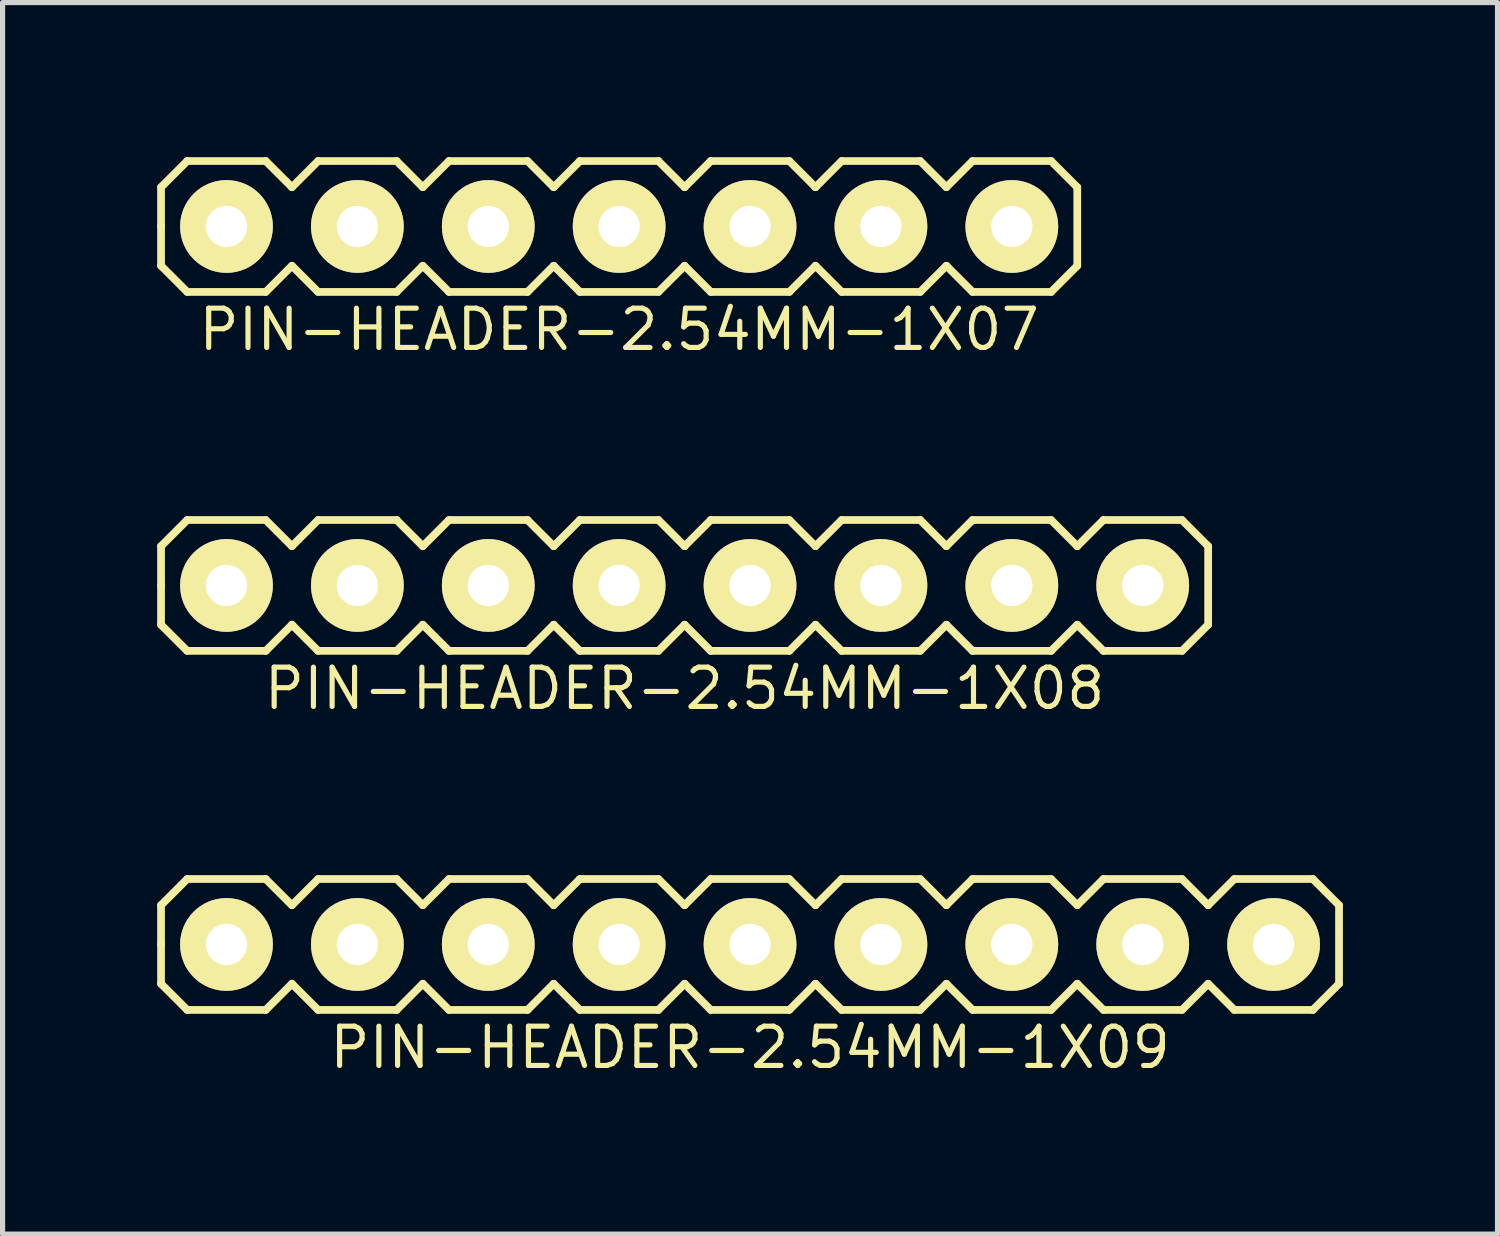
<source format=kicad_pcb>
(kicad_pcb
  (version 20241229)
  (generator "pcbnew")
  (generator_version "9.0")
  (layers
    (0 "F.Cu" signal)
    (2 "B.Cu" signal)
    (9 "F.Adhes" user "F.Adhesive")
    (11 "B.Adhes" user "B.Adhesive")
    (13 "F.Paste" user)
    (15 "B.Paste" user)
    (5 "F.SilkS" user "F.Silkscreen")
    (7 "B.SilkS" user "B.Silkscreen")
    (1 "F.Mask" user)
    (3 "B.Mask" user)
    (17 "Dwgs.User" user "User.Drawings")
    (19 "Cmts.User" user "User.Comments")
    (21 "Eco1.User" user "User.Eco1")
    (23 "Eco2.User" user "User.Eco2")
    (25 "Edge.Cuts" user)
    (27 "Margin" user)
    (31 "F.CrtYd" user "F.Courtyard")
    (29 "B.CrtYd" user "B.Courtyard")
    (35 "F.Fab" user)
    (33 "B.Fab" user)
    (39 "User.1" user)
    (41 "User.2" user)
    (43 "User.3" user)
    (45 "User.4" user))
  (footprint "PIN-HEADER-2.54MM-1X09"
    (layer "F.Cu")
    (at 11.505 15.278)
    (property "Reference" "PIN-HEADER-2.54MM-1X09" (at 0 2 0) (layer "F.SilkS") (effects (font (size 0.762 0.762) (thickness 0.1))))
    (attr through_hole)
    (fp_line (start -11.43 -0.762) (end -10.922 -1.27) (stroke (width 0.15) (type solid)) (layer "F.SilkS"))
    (fp_line (start -11.43 0) (end -11.43 -0.762) (stroke (width 0.15) (type solid)) (layer "F.SilkS"))
    (fp_line (start -11.43 0.762) (end -11.43 0) (stroke (width 0.15) (type solid)) (layer "F.SilkS"))
    (fp_line (start -10.922 -1.27) (end -9.398 -1.27) (stroke (width 0.15) (type solid)) (layer "F.SilkS"))
    (fp_line (start -10.922 1.27) (end -11.43 0.762) (stroke (width 0.15) (type solid)) (layer "F.SilkS"))
    (fp_line (start -9.398 -1.27) (end -8.89 -0.762) (stroke (width 0.15) (type solid)) (layer "F.SilkS"))
    (fp_line (start -9.398 1.27) (end -10.922 1.27) (stroke (width 0.15) (type solid)) (layer "F.SilkS"))
    (fp_line (start -8.89 -0.762) (end -8.382 -1.27) (stroke (width 0.15) (type solid)) (layer "F.SilkS"))
    (fp_line (start -8.89 0.762) (end -9.398 1.27) (stroke (width 0.15) (type solid)) (layer "F.SilkS"))
    (fp_line (start -8.382 -1.27) (end -6.858 -1.27) (stroke (width 0.15) (type solid)) (layer "F.SilkS"))
    (fp_line (start -8.382 1.27) (end -8.89 0.762) (stroke (width 0.15) (type solid)) (layer "F.SilkS"))
    (fp_line (start -6.858 -1.27) (end -6.35 -0.762) (stroke (width 0.15) (type solid)) (layer "F.SilkS"))
    (fp_line (start -6.858 1.27) (end -8.382 1.27) (stroke (width 0.15) (type solid)) (layer "F.SilkS"))
    (fp_line (start -6.35 -0.762) (end -5.842 -1.27) (stroke (width 0.15) (type solid)) (layer "F.SilkS"))
    (fp_line (start -6.35 0.762) (end -6.858 1.27) (stroke (width 0.15) (type solid)) (layer "F.SilkS"))
    (fp_line (start -5.842 -1.27) (end -4.318 -1.27) (stroke (width 0.15) (type solid)) (layer "F.SilkS"))
    (fp_line (start -5.842 1.27) (end -6.35 0.762) (stroke (width 0.15) (type solid)) (layer "F.SilkS"))
    (fp_line (start -4.318 -1.27) (end -3.81 -0.762) (stroke (width 0.15) (type solid)) (layer "F.SilkS"))
    (fp_line (start -4.318 1.27) (end -5.842 1.27) (stroke (width 0.15) (type solid)) (layer "F.SilkS"))
    (fp_line (start -3.81 -0.762) (end -3.302 -1.27) (stroke (width 0.15) (type solid)) (layer "F.SilkS"))
    (fp_line (start -3.81 0.762) (end -4.318 1.27) (stroke (width 0.15) (type solid)) (layer "F.SilkS"))
    (fp_line (start -3.302 -1.27) (end -1.778 -1.27) (stroke (width 0.15) (type solid)) (layer "F.SilkS"))
    (fp_line (start -3.302 1.27) (end -3.81 0.762) (stroke (width 0.15) (type solid)) (layer "F.SilkS"))
    (fp_line (start -1.778 -1.27) (end -1.27 -0.762) (stroke (width 0.15) (type solid)) (layer "F.SilkS"))
    (fp_line (start -1.778 1.27) (end -3.302 1.27) (stroke (width 0.15) (type solid)) (layer "F.SilkS"))
    (fp_line (start -1.27 -0.762) (end -0.762 -1.27) (stroke (width 0.15) (type solid)) (layer "F.SilkS"))
    (fp_line (start -1.27 0.762) (end -1.778 1.27) (stroke (width 0.15) (type solid)) (layer "F.SilkS"))
    (fp_line (start -0.762 -1.27) (end 0.762 -1.27) (stroke (width 0.15) (type solid)) (layer "F.SilkS"))
    (fp_line (start -0.762 1.27) (end -1.27 0.762) (stroke (width 0.15) (type solid)) (layer "F.SilkS"))
    (fp_line (start 0.762 -1.27) (end 1.27 -0.762) (stroke (width 0.15) (type solid)) (layer "F.SilkS"))
    (fp_line (start 0.762 1.27) (end -0.762 1.27) (stroke (width 0.15) (type solid)) (layer "F.SilkS"))
    (fp_line (start 1.27 -0.762) (end 1.778 -1.27) (stroke (width 0.15) (type solid)) (layer "F.SilkS"))
    (fp_line (start 1.27 0.762) (end 0.762 1.27) (stroke (width 0.15) (type solid)) (layer "F.SilkS"))
    (fp_line (start 1.778 -1.27) (end 3.302 -1.27) (stroke (width 0.15) (type solid)) (layer "F.SilkS"))
    (fp_line (start 1.778 1.27) (end 1.27 0.762) (stroke (width 0.15) (type solid)) (layer "F.SilkS"))
    (fp_line (start 3.302 -1.27) (end 3.81 -0.762) (stroke (width 0.15) (type solid)) (layer "F.SilkS"))
    (fp_line (start 3.302 1.27) (end 1.778 1.27) (stroke (width 0.15) (type solid)) (layer "F.SilkS"))
    (fp_line (start 3.81 -0.762) (end 4.318 -1.27) (stroke (width 0.15) (type solid)) (layer "F.SilkS"))
    (fp_line (start 3.81 0.762) (end 3.302 1.27) (stroke (width 0.15) (type solid)) (layer "F.SilkS"))
    (fp_line (start 4.318 -1.27) (end 5.842 -1.27) (stroke (width 0.15) (type solid)) (layer "F.SilkS"))
    (fp_line (start 4.318 1.27) (end 3.81 0.762) (stroke (width 0.15) (type solid)) (layer "F.SilkS"))
    (fp_line (start 5.842 -1.27) (end 6.35 -0.762) (stroke (width 0.15) (type solid)) (layer "F.SilkS"))
    (fp_line (start 5.842 1.27) (end 4.318 1.27) (stroke (width 0.15) (type solid)) (layer "F.SilkS"))
    (fp_line (start 6.35 -0.762) (end 6.858 -1.27) (stroke (width 0.15) (type solid)) (layer "F.SilkS"))
    (fp_line (start 6.35 0.762) (end 5.842 1.27) (stroke (width 0.15) (type solid)) (layer "F.SilkS"))
    (fp_line (start 6.858 -1.27) (end 8.382 -1.27) (stroke (width 0.15) (type solid)) (layer "F.SilkS"))
    (fp_line (start 6.858 1.27) (end 6.35 0.762) (stroke (width 0.15) (type solid)) (layer "F.SilkS"))
    (fp_line (start 8.382 -1.27) (end 8.89 -0.762) (stroke (width 0.15) (type solid)) (layer "F.SilkS"))
    (fp_line (start 8.382 1.27) (end 6.858 1.27) (stroke (width 0.15) (type solid)) (layer "F.SilkS"))
    (fp_line (start 8.89 -0.762) (end 9.398 -1.27) (stroke (width 0.15) (type solid)) (layer "F.SilkS"))
    (fp_line (start 8.89 0.762) (end 8.382 1.27) (stroke (width 0.15) (type solid)) (layer "F.SilkS"))
    (fp_line (start 9.398 -1.27) (end 10.922 -1.27) (stroke (width 0.15) (type solid)) (layer "F.SilkS"))
    (fp_line (start 9.398 1.27) (end 8.89 0.762) (stroke (width 0.15) (type solid)) (layer "F.SilkS"))
    (fp_line (start 10.922 -1.27) (end 11.43 -0.762) (stroke (width 0.15) (type solid)) (layer "F.SilkS"))
    (fp_line (start 10.922 1.27) (end 9.398 1.27) (stroke (width 0.15) (type solid)) (layer "F.SilkS"))
    (fp_line (start 11.43 -0.762) (end 11.43 0.762) (stroke (width 0.15) (type solid)) (layer "F.SilkS"))
    (fp_line (start 11.43 0.762) (end 10.922 1.27) (stroke (width 0.15) (type solid)) (layer "F.SilkS"))
    (pad "1" thru_hole circle (at -10.16 0) (size 1.8 1.8) (drill 0.8) (layers "*.Cu" "*.Mask" "F.SilkS"))
    (pad "2" thru_hole circle (at -7.62 0) (size 1.8 1.8) (drill 0.8) (layers "*.Cu" "*.Mask" "F.SilkS"))
    (pad "3" thru_hole circle (at -5.08 0) (size 1.8 1.8) (drill 0.8) (layers "*.Cu" "*.Mask" "F.SilkS"))
    (pad "4" thru_hole circle (at -2.54 0) (size 1.8 1.8) (drill 0.8) (layers "*.Cu" "*.Mask" "F.SilkS"))
    (pad "5" thru_hole circle (at 0 0) (size 1.8 1.8) (drill 0.8) (layers "*.Cu" "*.Mask" "F.SilkS"))
    (pad "6" thru_hole circle (at 2.54 0) (size 1.8 1.8) (drill 0.8) (layers "*.Cu" "*.Mask" "F.SilkS"))
    (pad "7" thru_hole circle (at 5.08 0) (size 1.8 1.8) (drill 0.8) (layers "*.Cu" "*.Mask" "F.SilkS"))
    (pad "8" thru_hole circle (at 7.62 0) (size 1.8 1.8) (drill 0.8) (layers "*.Cu" "*.Mask" "F.SilkS"))
    (pad "9" thru_hole circle (at 10.16 0) (size 1.8 1.8) (drill 0.8) (layers "*.Cu" "*.Mask" "F.SilkS")))
  (footprint "PIN-HEADER-2.54MM-1X08"
    (layer "F.Cu")
    (at 10.235 8.311)
    (property "Reference" "PIN-HEADER-2.54MM-1X08" (at 0 2 0) (layer "F.SilkS") (effects (font (size 0.762 0.762) (thickness 0.1))))
    (attr through_hole)
    (fp_line (start -10.16 -0.762) (end -9.652 -1.27) (stroke (width 0.15) (type solid)) (layer "F.SilkS"))
    (fp_line (start -10.16 0) (end -10.16 -0.762) (stroke (width 0.15) (type solid)) (layer "F.SilkS"))
    (fp_line (start -10.16 0.762) (end -10.16 0) (stroke (width 0.15) (type solid)) (layer "F.SilkS"))
    (fp_line (start -10.16 0.762) (end -9.652 1.27) (stroke (width 0.15) (type solid)) (layer "F.SilkS"))
    (fp_line (start -9.652 -1.27) (end -8.128 -1.27) (stroke (width 0.15) (type solid)) (layer "F.SilkS"))
    (fp_line (start -9.652 1.27) (end -8.128 1.27) (stroke (width 0.15) (type solid)) (layer "F.SilkS"))
    (fp_line (start -8.128 -1.27) (end -7.62 -0.762) (stroke (width 0.15) (type solid)) (layer "F.SilkS"))
    (fp_line (start -8.128 1.27) (end -7.62 0.762) (stroke (width 0.15) (type solid)) (layer "F.SilkS"))
    (fp_line (start -7.62 -0.762) (end -7.112 -1.27) (stroke (width 0.15) (type solid)) (layer "F.SilkS"))
    (fp_line (start -7.62 0.762) (end -7.112 1.27) (stroke (width 0.15) (type solid)) (layer "F.SilkS"))
    (fp_line (start -7.112 -1.27) (end -5.588 -1.27) (stroke (width 0.15) (type solid)) (layer "F.SilkS"))
    (fp_line (start -7.112 1.27) (end -5.588 1.27) (stroke (width 0.15) (type solid)) (layer "F.SilkS"))
    (fp_line (start -5.588 -1.27) (end -5.08 -0.762) (stroke (width 0.15) (type solid)) (layer "F.SilkS"))
    (fp_line (start -5.588 1.27) (end -5.08 0.762) (stroke (width 0.15) (type solid)) (layer "F.SilkS"))
    (fp_line (start -5.08 -0.762) (end -4.572 -1.27) (stroke (width 0.15) (type solid)) (layer "F.SilkS"))
    (fp_line (start -5.08 0.762) (end -4.572 1.27) (stroke (width 0.15) (type solid)) (layer "F.SilkS"))
    (fp_line (start -4.572 -1.27) (end -3.048 -1.27) (stroke (width 0.15) (type solid)) (layer "F.SilkS"))
    (fp_line (start -4.572 1.27) (end -3.048 1.27) (stroke (width 0.15) (type solid)) (layer "F.SilkS"))
    (fp_line (start -3.048 -1.27) (end -2.54 -0.762) (stroke (width 0.15) (type solid)) (layer "F.SilkS"))
    (fp_line (start -3.048 1.27) (end -2.54 0.762) (stroke (width 0.15) (type solid)) (layer "F.SilkS"))
    (fp_line (start -2.54 -0.762) (end -2.032 -1.27) (stroke (width 0.15) (type solid)) (layer "F.SilkS"))
    (fp_line (start -2.54 0.762) (end -2.032 1.27) (stroke (width 0.15) (type solid)) (layer "F.SilkS"))
    (fp_line (start -2.032 -1.27) (end -0.508 -1.27) (stroke (width 0.15) (type solid)) (layer "F.SilkS"))
    (fp_line (start -2.032 1.27) (end -0.508 1.27) (stroke (width 0.15) (type solid)) (layer "F.SilkS"))
    (fp_line (start -0.508 -1.27) (end 0 -0.762) (stroke (width 0.15) (type solid)) (layer "F.SilkS"))
    (fp_line (start -0.508 1.27) (end 0 0.762) (stroke (width 0.15) (type solid)) (layer "F.SilkS"))
    (fp_line (start 0 -0.762) (end 0.508 -1.27) (stroke (width 0.15) (type solid)) (layer "F.SilkS"))
    (fp_line (start 0 0.762) (end 0.508 1.27) (stroke (width 0.15) (type solid)) (layer "F.SilkS"))
    (fp_line (start 0.508 -1.27) (end 2.032 -1.27) (stroke (width 0.15) (type solid)) (layer "F.SilkS"))
    (fp_line (start 0.508 1.27) (end 2.032 1.27) (stroke (width 0.15) (type solid)) (layer "F.SilkS"))
    (fp_line (start 2.032 -1.27) (end 2.54 -0.762) (stroke (width 0.15) (type solid)) (layer "F.SilkS"))
    (fp_line (start 2.032 1.27) (end 2.54 0.762) (stroke (width 0.15) (type solid)) (layer "F.SilkS"))
    (fp_line (start 2.54 -0.762) (end 3.048 -1.27) (stroke (width 0.15) (type solid)) (layer "F.SilkS"))
    (fp_line (start 2.54 0.762) (end 3.048 1.27) (stroke (width 0.15) (type solid)) (layer "F.SilkS"))
    (fp_line (start 3.048 -1.27) (end 4.572 -1.27) (stroke (width 0.15) (type solid)) (layer "F.SilkS"))
    (fp_line (start 3.048 1.27) (end 4.572 1.27) (stroke (width 0.15) (type solid)) (layer "F.SilkS"))
    (fp_line (start 4.572 -1.27) (end 5.08 -0.762) (stroke (width 0.15) (type solid)) (layer "F.SilkS"))
    (fp_line (start 4.572 1.27) (end 5.08 0.762) (stroke (width 0.15) (type solid)) (layer "F.SilkS"))
    (fp_line (start 5.08 -0.762) (end 5.588 -1.27) (stroke (width 0.15) (type solid)) (layer "F.SilkS"))
    (fp_line (start 5.08 0.762) (end 5.588 1.27) (stroke (width 0.15) (type solid)) (layer "F.SilkS"))
    (fp_line (start 5.588 -1.27) (end 7.112 -1.27) (stroke (width 0.15) (type solid)) (layer "F.SilkS"))
    (fp_line (start 5.588 1.27) (end 7.112 1.27) (stroke (width 0.15) (type solid)) (layer "F.SilkS"))
    (fp_line (start 7.112 -1.27) (end 7.62 -0.762) (stroke (width 0.15) (type solid)) (layer "F.SilkS"))
    (fp_line (start 7.112 1.27) (end 7.62 0.762) (stroke (width 0.15) (type solid)) (layer "F.SilkS"))
    (fp_line (start 7.62 -0.762) (end 8.128 -1.27) (stroke (width 0.15) (type solid)) (layer "F.SilkS"))
    (fp_line (start 7.62 0.762) (end 8.128 1.27) (stroke (width 0.15) (type solid)) (layer "F.SilkS"))
    (fp_line (start 8.128 -1.27) (end 9.652 -1.27) (stroke (width 0.15) (type solid)) (layer "F.SilkS"))
    (fp_line (start 8.128 1.27) (end 9.652 1.27) (stroke (width 0.15) (type solid)) (layer "F.SilkS"))
    (fp_line (start 9.652 -1.27) (end 10.16 -0.762) (stroke (width 0.15) (type solid)) (layer "F.SilkS"))
    (fp_line (start 9.652 1.27) (end 10.16 0.762) (stroke (width 0.15) (type solid)) (layer "F.SilkS"))
    (fp_line (start 10.16 -0.762) (end 10.16 0.762) (stroke (width 0.15) (type solid)) (layer "F.SilkS"))
    (pad "1" thru_hole circle (at -8.89 0) (size 1.8 1.8) (drill 0.8) (layers "*.Cu" "*.Mask" "F.SilkS"))
    (pad "2" thru_hole circle (at -6.35 0) (size 1.8 1.8) (drill 0.8) (layers "*.Cu" "*.Mask" "F.SilkS"))
    (pad "3" thru_hole circle (at -3.81 0) (size 1.8 1.8) (drill 0.8) (layers "*.Cu" "*.Mask" "F.SilkS"))
    (pad "4" thru_hole circle (at -1.27 0) (size 1.8 1.8) (drill 0.8) (layers "*.Cu" "*.Mask" "F.SilkS"))
    (pad "5" thru_hole circle (at 1.27 0) (size 1.8 1.8) (drill 0.8) (layers "*.Cu" "*.Mask" "F.SilkS"))
    (pad "6" thru_hole circle (at 3.81 0) (size 1.8 1.8) (drill 0.8) (layers "*.Cu" "*.Mask" "F.SilkS"))
    (pad "7" thru_hole circle (at 6.35 0) (size 1.8 1.8) (drill 0.8) (layers "*.Cu" "*.Mask" "F.SilkS"))
    (pad "8" thru_hole circle (at 8.89 0) (size 1.8 1.8) (drill 0.8) (layers "*.Cu" "*.Mask" "F.SilkS")))
  (footprint "PIN-HEADER-2.54MM-1X07"
    (layer "F.Cu")
    (at 8.965 1.345)
    (property "Reference" "PIN-HEADER-2.54MM-1X07" (at 0 2 0) (layer "F.SilkS") (effects (font (size 0.762 0.762) (thickness 0.1))))
    (attr through_hole)
    (fp_line (start -8.89 -0.762) (end -8.382 -1.27) (stroke (width 0.15) (type solid)) (layer "F.SilkS"))
    (fp_line (start -8.89 0) (end -8.89 -0.762) (stroke (width 0.15) (type solid)) (layer "F.SilkS"))
    (fp_line (start -8.89 0.762) (end -8.89 0) (stroke (width 0.15) (type solid)) (layer "F.SilkS"))
    (fp_line (start -8.382 -1.27) (end -6.858 -1.27) (stroke (width 0.15) (type solid)) (layer "F.SilkS"))
    (fp_line (start -8.382 1.27) (end -8.89 0.762) (stroke (width 0.15) (type solid)) (layer "F.SilkS"))
    (fp_line (start -6.858 -1.27) (end -6.35 -0.762) (stroke (width 0.15) (type solid)) (layer "F.SilkS"))
    (fp_line (start -6.858 1.27) (end -8.382 1.27) (stroke (width 0.15) (type solid)) (layer "F.SilkS"))
    (fp_line (start -6.35 -0.762) (end -5.842 -1.27) (stroke (width 0.15) (type solid)) (layer "F.SilkS"))
    (fp_line (start -6.35 0.762) (end -6.858 1.27) (stroke (width 0.15) (type solid)) (layer "F.SilkS"))
    (fp_line (start -5.842 -1.27) (end -4.318 -1.27) (stroke (width 0.15) (type solid)) (layer "F.SilkS"))
    (fp_line (start -5.842 1.27) (end -6.35 0.762) (stroke (width 0.15) (type solid)) (layer "F.SilkS"))
    (fp_line (start -4.318 -1.27) (end -3.81 -0.762) (stroke (width 0.15) (type solid)) (layer "F.SilkS"))
    (fp_line (start -4.318 1.27) (end -5.842 1.27) (stroke (width 0.15) (type solid)) (layer "F.SilkS"))
    (fp_line (start -3.81 -0.762) (end -3.302 -1.27) (stroke (width 0.15) (type solid)) (layer "F.SilkS"))
    (fp_line (start -3.81 0.762) (end -4.318 1.27) (stroke (width 0.15) (type solid)) (layer "F.SilkS"))
    (fp_line (start -3.302 -1.27) (end -1.778 -1.27) (stroke (width 0.15) (type solid)) (layer "F.SilkS"))
    (fp_line (start -3.302 1.27) (end -3.81 0.762) (stroke (width 0.15) (type solid)) (layer "F.SilkS"))
    (fp_line (start -1.778 -1.27) (end -1.27 -0.762) (stroke (width 0.15) (type solid)) (layer "F.SilkS"))
    (fp_line (start -1.778 1.27) (end -3.302 1.27) (stroke (width 0.15) (type solid)) (layer "F.SilkS"))
    (fp_line (start -1.27 -0.762) (end -0.762 -1.27) (stroke (width 0.15) (type solid)) (layer "F.SilkS"))
    (fp_line (start -1.27 0.762) (end -1.778 1.27) (stroke (width 0.15) (type solid)) (layer "F.SilkS"))
    (fp_line (start -0.762 -1.27) (end 0.762 -1.27) (stroke (width 0.15) (type solid)) (layer "F.SilkS"))
    (fp_line (start -0.762 1.27) (end -1.27 0.762) (stroke (width 0.15) (type solid)) (layer "F.SilkS"))
    (fp_line (start 0.762 -1.27) (end 1.27 -0.762) (stroke (width 0.15) (type solid)) (layer "F.SilkS"))
    (fp_line (start 0.762 1.27) (end -0.762 1.27) (stroke (width 0.15) (type solid)) (layer "F.SilkS"))
    (fp_line (start 1.27 -0.762) (end 1.778 -1.27) (stroke (width 0.15) (type solid)) (layer "F.SilkS"))
    (fp_line (start 1.27 0.762) (end 0.762 1.27) (stroke (width 0.15) (type solid)) (layer "F.SilkS"))
    (fp_line (start 1.778 -1.27) (end 3.302 -1.27) (stroke (width 0.15) (type solid)) (layer "F.SilkS"))
    (fp_line (start 1.778 1.27) (end 1.27 0.762) (stroke (width 0.15) (type solid)) (layer "F.SilkS"))
    (fp_line (start 3.302 -1.27) (end 3.81 -0.762) (stroke (width 0.15) (type solid)) (layer "F.SilkS"))
    (fp_line (start 3.302 1.27) (end 1.778 1.27) (stroke (width 0.15) (type solid)) (layer "F.SilkS"))
    (fp_line (start 3.81 -0.762) (end 4.318 -1.27) (stroke (width 0.15) (type solid)) (layer "F.SilkS"))
    (fp_line (start 3.81 0.762) (end 3.302 1.27) (stroke (width 0.15) (type solid)) (layer "F.SilkS"))
    (fp_line (start 4.318 -1.27) (end 5.842 -1.27) (stroke (width 0.15) (type solid)) (layer "F.SilkS"))
    (fp_line (start 4.318 1.27) (end 3.81 0.762) (stroke (width 0.15) (type solid)) (layer "F.SilkS"))
    (fp_line (start 5.842 -1.27) (end 6.35 -0.762) (stroke (width 0.15) (type solid)) (layer "F.SilkS"))
    (fp_line (start 5.842 1.27) (end 4.318 1.27) (stroke (width 0.15) (type solid)) (layer "F.SilkS"))
    (fp_line (start 6.35 -0.762) (end 6.858 -1.27) (stroke (width 0.15) (type solid)) (layer "F.SilkS"))
    (fp_line (start 6.35 0.762) (end 5.842 1.27) (stroke (width 0.15) (type solid)) (layer "F.SilkS"))
    (fp_line (start 6.858 -1.27) (end 8.382 -1.27) (stroke (width 0.15) (type solid)) (layer "F.SilkS"))
    (fp_line (start 6.858 1.27) (end 6.35 0.762) (stroke (width 0.15) (type solid)) (layer "F.SilkS"))
    (fp_line (start 8.382 -1.27) (end 8.89 -0.762) (stroke (width 0.15) (type solid)) (layer "F.SilkS"))
    (fp_line (start 8.382 1.27) (end 6.858 1.27) (stroke (width 0.15) (type solid)) (layer "F.SilkS"))
    (fp_line (start 8.89 -0.762) (end 8.89 0.762) (stroke (width 0.15) (type solid)) (layer "F.SilkS"))
    (fp_line (start 8.89 0.762) (end 8.382 1.27) (stroke (width 0.15) (type solid)) (layer "F.SilkS"))
    (pad "1" thru_hole circle (at -7.62 0) (size 1.8 1.8) (drill 0.8) (layers "*.Cu" "*.Mask" "F.SilkS"))
    (pad "2" thru_hole circle (at -5.08 0) (size 1.8 1.8) (drill 0.8) (layers "*.Cu" "*.Mask" "F.SilkS"))
    (pad "3" thru_hole circle (at -2.54 0) (size 1.8 1.8) (drill 0.8) (layers "*.Cu" "*.Mask" "F.SilkS"))
    (pad "4" thru_hole circle (at 0 0) (size 1.8 1.8) (drill 0.8) (layers "*.Cu" "*.Mask" "F.SilkS"))
    (pad "5" thru_hole circle (at 2.54 0) (size 1.8 1.8) (drill 0.8) (layers "*.Cu" "*.Mask" "F.SilkS"))
    (pad "6" thru_hole circle (at 5.08 0) (size 1.8 1.8) (drill 0.8) (layers "*.Cu" "*.Mask" "F.SilkS"))
    (pad "7" thru_hole circle (at 7.62 0) (size 1.8 1.8) (drill 0.8) (layers "*.Cu" "*.Mask" "F.SilkS")))
  (gr_rect
    (start -3 -3)
    (end 26.01 20.899)
    (stroke (width 0.1) (type default))
    (fill no)
    (layer "Edge.Cuts")))
</source>
